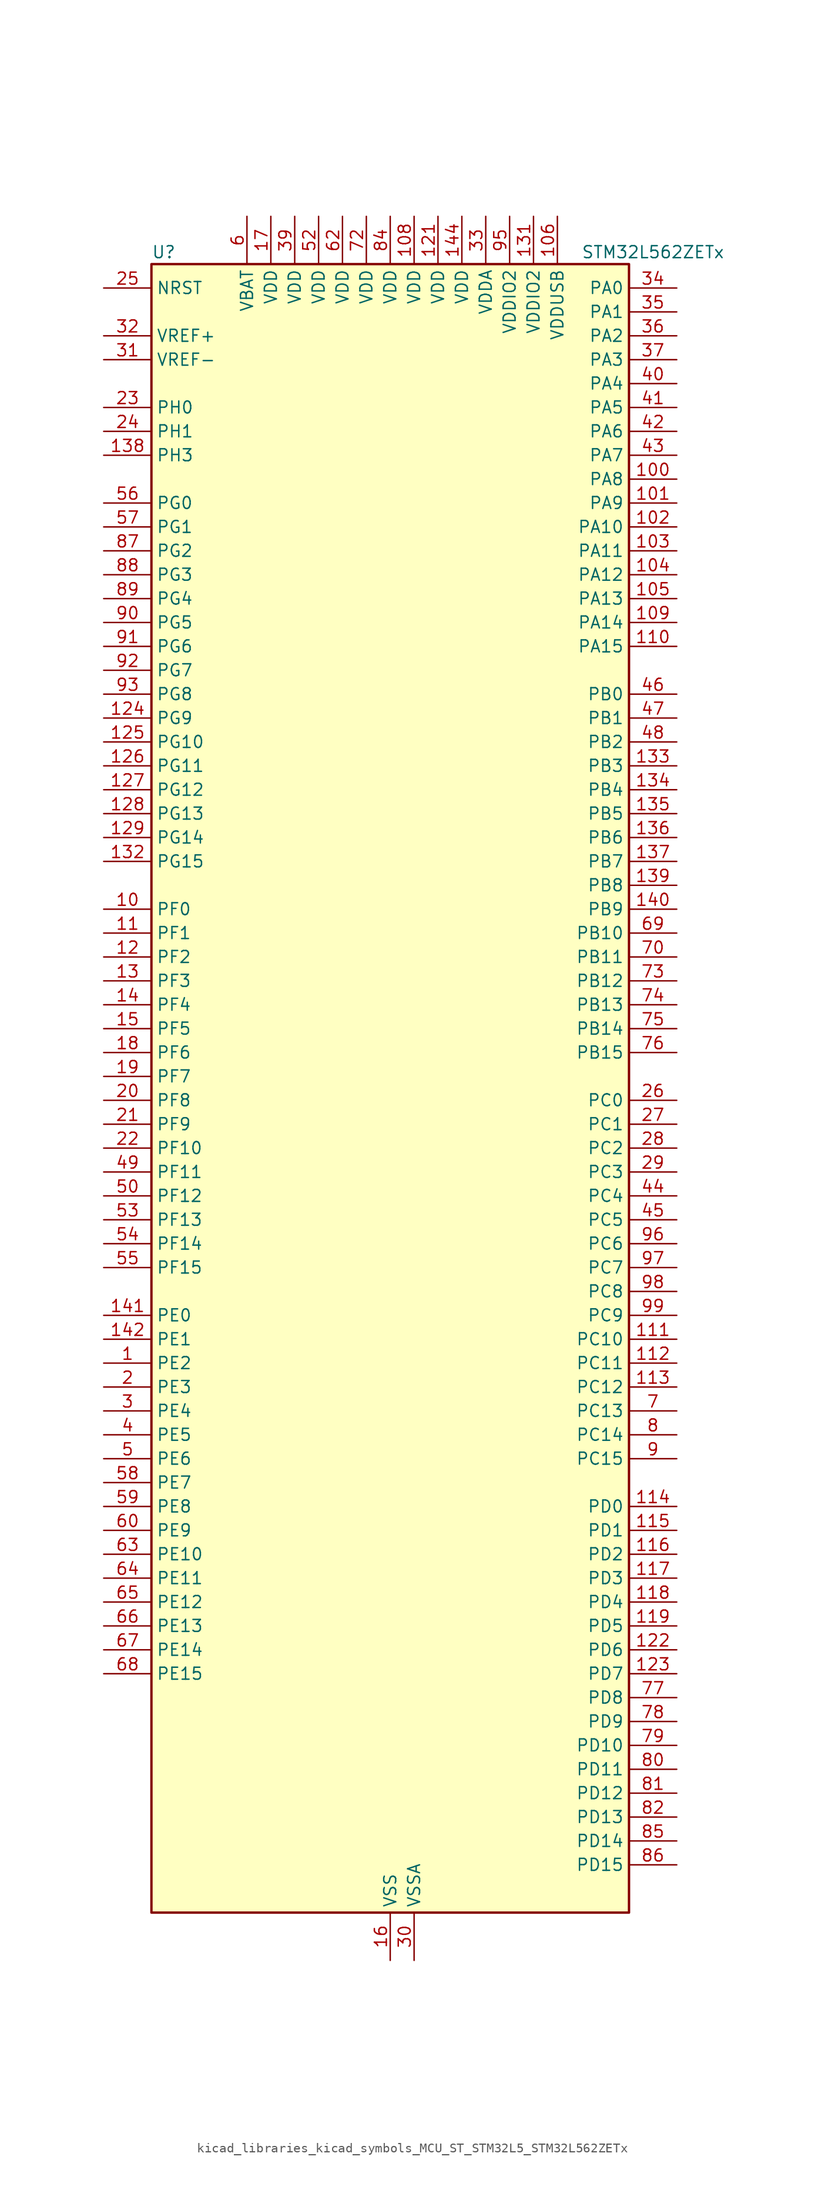
<source format=kicad_sym>
(kicad_symbol_lib
  (version 20220914)
  (generator kicad_symbol_editor)
  (symbol "kicad_libraries_kicad_symbols_MCU_ST_STM32L5_STM32L562ZETx"
    (property "Reference" "U"
      (at -25.4 90.17 0)
      (effects (font (size 1.27 1.27)) (justify left)))
    (property "Value" "STM32L562ZETx"
      (at 20.32 90.17 0)
      (effects (font (size 1.27 1.27)) (justify left)))
    (property "ki_locked" ""
      (at 0 0 0)
      (effects (font (size 1.27 1.27))))
    (symbol "kicad_libraries_kicad_symbols_MCU_ST_STM32L5_STM32L562ZETx_0_1"
      (rectangle (start -25.4 -86.36) (end 25.4 88.9) (stroke (width 0.254) (type default)) (fill (type background))))
    (symbol "kicad_libraries_kicad_symbols_MCU_ST_STM32L5_STM32L562ZETx_1_1"
      (pin bidirectional line (at -30.48 -27.94 0) (length 5.08) (name "PE2" (effects (font (size 1.27 1.27)))) (number "1" (effects (font (size 1.27 1.27)))) (alternate "DEBUG_TRACECLK" bidirectional line) (alternate "FMC_A23" bidirectional line) (alternate "SAI1_CK1" bidirectional line) (alternate "SAI1_MCLK_A" bidirectional line) (alternate "TIM3_ETR" bidirectional line) (alternate "TSC_G7_IO1" bidirectional line))
      (pin bidirectional line (at -30.48 20.32 0) (length 5.08) (name "PF0" (effects (font (size 1.27 1.27)))) (number "10" (effects (font (size 1.27 1.27)))) (alternate "FMC_A0" bidirectional line) (alternate "I2C2_SDA" bidirectional line))
      (pin bidirectional line (at 30.48 66.04 180) (length 5.08) (name "PA8" (effects (font (size 1.27 1.27)))) (number "100" (effects (font (size 1.27 1.27)))) (alternate "LPTIM2_OUT" bidirectional line) (alternate "RCC_MCO" bidirectional line) (alternate "SAI1_CK2" bidirectional line) (alternate "SAI1_SCK_A" bidirectional line) (alternate "TIM1_CH1" bidirectional line) (alternate "USART1_CK" bidirectional line))
      (pin bidirectional line (at 30.48 63.5 180) (length 5.08) (name "PA9" (effects (font (size 1.27 1.27)))) (number "101" (effects (font (size 1.27 1.27)))) (alternate "DAC1_EXTI9" bidirectional line) (alternate "SAI1_FS_A" bidirectional line) (alternate "SPI2_SCK" bidirectional line) (alternate "TIM15_BKIN" bidirectional line) (alternate "TIM1_CH2" bidirectional line) (alternate "USART1_TX" bidirectional line))
      (pin bidirectional line (at 30.48 60.96 180) (length 5.08) (name "PA10" (effects (font (size 1.27 1.27)))) (number "102" (effects (font (size 1.27 1.27)))) (alternate "CRS_SYNC" bidirectional line) (alternate "SAI1_D1" bidirectional line) (alternate "SAI1_SD_A" bidirectional line) (alternate "TIM17_BKIN" bidirectional line) (alternate "TIM1_CH3" bidirectional line) (alternate "USART1_RX" bidirectional line))
      (pin bidirectional line (at 30.48 58.42 180) (length 5.08) (name "PA11" (effects (font (size 1.27 1.27)))) (number "103" (effects (font (size 1.27 1.27)))) (alternate "ADC1_EXTI11" bidirectional line) (alternate "ADC2_EXTI11" bidirectional line) (alternate "FDCAN1_RX" bidirectional line) (alternate "SPI1_MISO" bidirectional line) (alternate "TIM1_BKIN2" bidirectional line) (alternate "TIM1_CH4" bidirectional line) (alternate "USART1_CTS" bidirectional line) (alternate "USART1_NSS" bidirectional line) (alternate "USB_DM" bidirectional line))
      (pin bidirectional line (at 30.48 55.88 180) (length 5.08) (name "PA12" (effects (font (size 1.27 1.27)))) (number "104" (effects (font (size 1.27 1.27)))) (alternate "FDCAN1_TX" bidirectional line) (alternate "SPI1_MOSI" bidirectional line) (alternate "TIM1_ETR" bidirectional line) (alternate "USART1_DE" bidirectional line) (alternate "USART1_RTS" bidirectional line) (alternate "USB_DP" bidirectional line))
      (pin bidirectional line (at 30.48 53.34 180) (length 5.08) (name "PA13" (effects (font (size 1.27 1.27)))) (number "105" (effects (font (size 1.27 1.27)))) (alternate "DEBUG_JTMS-SWDIO" bidirectional line) (alternate "IR_OUT" bidirectional line) (alternate "SAI1_SD_B" bidirectional line) (alternate "USB_NOE" bidirectional line))
      (pin power_in line (at 17.78 93.98 270) (length 5.08) (name "VDDUSB" (effects (font (size 1.27 1.27)))) (number "106" (effects (font (size 1.27 1.27)))))
      (pin passive line (at 0 -91.44 90) (length 5.08) hide (name "VSS" (effects (font (size 1.27 1.27)))) (number "107" (effects (font (size 1.27 1.27)))))
      (pin power_in line (at 2.54 93.98 270) (length 5.08) (name "VDD" (effects (font (size 1.27 1.27)))) (number "108" (effects (font (size 1.27 1.27)))))
      (pin bidirectional line (at 30.48 50.8 180) (length 5.08) (name "PA14" (effects (font (size 1.27 1.27)))) (number "109" (effects (font (size 1.27 1.27)))) (alternate "DEBUG_JTCK-SWCLK" bidirectional line) (alternate "I2C1_SMBA" bidirectional line) (alternate "I2C4_SMBA" bidirectional line) (alternate "LPTIM1_OUT" bidirectional line) (alternate "SAI1_FS_B" bidirectional line))
      (pin bidirectional line (at -30.48 17.78 0) (length 5.08) (name "PF1" (effects (font (size 1.27 1.27)))) (number "11" (effects (font (size 1.27 1.27)))) (alternate "FMC_A1" bidirectional line) (alternate "I2C2_SCL" bidirectional line))
      (pin bidirectional line (at 30.48 48.26 180) (length 5.08) (name "PA15" (effects (font (size 1.27 1.27)))) (number "110" (effects (font (size 1.27 1.27)))) (alternate "ADC1_EXTI15" bidirectional line) (alternate "ADC2_EXTI15" bidirectional line) (alternate "DEBUG_JTDI" bidirectional line) (alternate "SAI2_FS_B" bidirectional line) (alternate "SPI1_NSS" bidirectional line) (alternate "SPI3_NSS" bidirectional line) (alternate "TIM2_CH1" bidirectional line) (alternate "TIM2_ETR" bidirectional line) (alternate "UART4_DE" bidirectional line) (alternate "UART4_RTS" bidirectional line) (alternate "UCPD1_CC1" bidirectional line) (alternate "USART2_RX" bidirectional line) (alternate "USART3_DE" bidirectional line) (alternate "USART3_RTS" bidirectional line))
      (pin bidirectional line (at 30.48 -25.4 180) (length 5.08) (name "PC10" (effects (font (size 1.27 1.27)))) (number "111" (effects (font (size 1.27 1.27)))) (alternate "DEBUG_TRACED1" bidirectional line) (alternate "LPTIM3_ETR" bidirectional line) (alternate "SAI2_SCK_B" bidirectional line) (alternate "SDMMC1_D2" bidirectional line) (alternate "SPI3_SCK" bidirectional line) (alternate "TSC_G3_IO2" bidirectional line) (alternate "UART4_TX" bidirectional line) (alternate "USART3_TX" bidirectional line))
      (pin bidirectional line (at 30.48 -27.94 180) (length 5.08) (name "PC11" (effects (font (size 1.27 1.27)))) (number "112" (effects (font (size 1.27 1.27)))) (alternate "ADC1_EXTI11" bidirectional line) (alternate "ADC2_EXTI11" bidirectional line) (alternate "LPTIM3_IN1" bidirectional line) (alternate "OCTOSPI1_NCS" bidirectional line) (alternate "SAI2_MCLK_B" bidirectional line) (alternate "SDMMC1_D3" bidirectional line) (alternate "SPI3_MISO" bidirectional line) (alternate "TSC_G3_IO3" bidirectional line) (alternate "UART4_RX" bidirectional line) (alternate "UCPD1_FRSTX2" bidirectional line) (alternate "USART3_RX" bidirectional line))
      (pin bidirectional line (at 30.48 -30.48 180) (length 5.08) (name "PC12" (effects (font (size 1.27 1.27)))) (number "113" (effects (font (size 1.27 1.27)))) (alternate "DEBUG_TRACED3" bidirectional line) (alternate "SAI2_SD_B" bidirectional line) (alternate "SDMMC1_CK" bidirectional line) (alternate "SPI3_MOSI" bidirectional line) (alternate "TSC_G3_IO4" bidirectional line) (alternate "UART5_TX" bidirectional line) (alternate "USART3_CK" bidirectional line))
      (pin bidirectional line (at 30.48 -43.18 180) (length 5.08) (name "PD0" (effects (font (size 1.27 1.27)))) (number "114" (effects (font (size 1.27 1.27)))) (alternate "FDCAN1_RX" bidirectional line) (alternate "FMC_D2" bidirectional line) (alternate "FMC_DA2" bidirectional line) (alternate "SPI2_NSS" bidirectional line))
      (pin bidirectional line (at 30.48 -45.72 180) (length 5.08) (name "PD1" (effects (font (size 1.27 1.27)))) (number "115" (effects (font (size 1.27 1.27)))) (alternate "FDCAN1_TX" bidirectional line) (alternate "FMC_D3" bidirectional line) (alternate "FMC_DA3" bidirectional line) (alternate "SPI2_SCK" bidirectional line))
      (pin bidirectional line (at 30.48 -48.26 180) (length 5.08) (name "PD2" (effects (font (size 1.27 1.27)))) (number "116" (effects (font (size 1.27 1.27)))) (alternate "DEBUG_TRACED2" bidirectional line) (alternate "SDMMC1_CMD" bidirectional line) (alternate "TIM3_ETR" bidirectional line) (alternate "TSC_SYNC" bidirectional line) (alternate "UART5_RX" bidirectional line) (alternate "USART3_DE" bidirectional line) (alternate "USART3_RTS" bidirectional line))
      (pin bidirectional line (at 30.48 -50.8 180) (length 5.08) (name "PD3" (effects (font (size 1.27 1.27)))) (number "117" (effects (font (size 1.27 1.27)))) (alternate "DFSDM1_DATIN0" bidirectional line) (alternate "FMC_CLK" bidirectional line) (alternate "SPI2_MISO" bidirectional line) (alternate "SPI2_SCK" bidirectional line) (alternate "USART2_CTS" bidirectional line) (alternate "USART2_NSS" bidirectional line))
      (pin bidirectional line (at 30.48 -53.34 180) (length 5.08) (name "PD4" (effects (font (size 1.27 1.27)))) (number "118" (effects (font (size 1.27 1.27)))) (alternate "DFSDM1_CKIN0" bidirectional line) (alternate "FMC_NOE" bidirectional line) (alternate "OCTOSPI1_IO4" bidirectional line) (alternate "SPI2_MOSI" bidirectional line) (alternate "USART2_DE" bidirectional line) (alternate "USART2_RTS" bidirectional line))
      (pin bidirectional line (at 30.48 -55.88 180) (length 5.08) (name "PD5" (effects (font (size 1.27 1.27)))) (number "119" (effects (font (size 1.27 1.27)))) (alternate "FMC_NWE" bidirectional line) (alternate "OCTOSPI1_IO5" bidirectional line) (alternate "USART2_TX" bidirectional line))
      (pin bidirectional line (at -30.48 15.24 0) (length 5.08) (name "PF2" (effects (font (size 1.27 1.27)))) (number "12" (effects (font (size 1.27 1.27)))) (alternate "FMC_A2" bidirectional line) (alternate "I2C2_SMBA" bidirectional line))
      (pin passive line (at 0 -91.44 90) (length 5.08) hide (name "VSS" (effects (font (size 1.27 1.27)))) (number "120" (effects (font (size 1.27 1.27)))))
      (pin power_in line (at 5.08 93.98 270) (length 5.08) (name "VDD" (effects (font (size 1.27 1.27)))) (number "121" (effects (font (size 1.27 1.27)))))
      (pin bidirectional line (at 30.48 -58.42 180) (length 5.08) (name "PD6" (effects (font (size 1.27 1.27)))) (number "122" (effects (font (size 1.27 1.27)))) (alternate "DFSDM1_DATIN1" bidirectional line) (alternate "FMC_NWAIT" bidirectional line) (alternate "OCTOSPI1_IO6" bidirectional line) (alternate "SAI1_D1" bidirectional line) (alternate "SAI1_SD_A" bidirectional line) (alternate "SPI3_MOSI" bidirectional line) (alternate "USART2_RX" bidirectional line))
      (pin bidirectional line (at 30.48 -60.96 180) (length 5.08) (name "PD7" (effects (font (size 1.27 1.27)))) (number "123" (effects (font (size 1.27 1.27)))) (alternate "DFSDM1_CKIN1" bidirectional line) (alternate "FMC_NCE" bidirectional line) (alternate "FMC_NE1" bidirectional line) (alternate "OCTOSPI1_IO7" bidirectional line) (alternate "USART2_CK" bidirectional line))
      (pin bidirectional line (at -30.48 40.64 0) (length 5.08) (name "PG9" (effects (font (size 1.27 1.27)))) (number "124" (effects (font (size 1.27 1.27)))) (alternate "DAC1_EXTI9" bidirectional line) (alternate "FMC_NCE" bidirectional line) (alternate "FMC_NE2" bidirectional line) (alternate "SAI2_SCK_A" bidirectional line) (alternate "SPI3_SCK" bidirectional line) (alternate "TIM15_CH1N" bidirectional line) (alternate "USART1_TX" bidirectional line))
      (pin bidirectional line (at -30.48 38.1 0) (length 5.08) (name "PG10" (effects (font (size 1.27 1.27)))) (number "125" (effects (font (size 1.27 1.27)))) (alternate "FMC_NE3" bidirectional line) (alternate "LPTIM1_IN1" bidirectional line) (alternate "SAI2_FS_A" bidirectional line) (alternate "SPI3_MISO" bidirectional line) (alternate "TIM15_CH1" bidirectional line) (alternate "USART1_RX" bidirectional line))
      (pin bidirectional line (at -30.48 35.56 0) (length 5.08) (name "PG11" (effects (font (size 1.27 1.27)))) (number "126" (effects (font (size 1.27 1.27)))) (alternate "ADC1_EXTI11" bidirectional line) (alternate "ADC2_EXTI11" bidirectional line) (alternate "LPTIM1_IN2" bidirectional line) (alternate "OCTOSPI1_IO5" bidirectional line) (alternate "SAI2_MCLK_A" bidirectional line) (alternate "SPI3_MOSI" bidirectional line) (alternate "TIM15_CH2" bidirectional line) (alternate "USART1_CTS" bidirectional line) (alternate "USART1_NSS" bidirectional line))
      (pin bidirectional line (at -30.48 33.02 0) (length 5.08) (name "PG12" (effects (font (size 1.27 1.27)))) (number "127" (effects (font (size 1.27 1.27)))) (alternate "FMC_NE4" bidirectional line) (alternate "LPTIM1_ETR" bidirectional line) (alternate "SAI2_SD_A" bidirectional line) (alternate "SPI3_NSS" bidirectional line) (alternate "USART1_DE" bidirectional line) (alternate "USART1_RTS" bidirectional line))
      (pin bidirectional line (at -30.48 30.48 0) (length 5.08) (name "PG13" (effects (font (size 1.27 1.27)))) (number "128" (effects (font (size 1.27 1.27)))) (alternate "FMC_A24" bidirectional line) (alternate "I2C1_SDA" bidirectional line) (alternate "USART1_CK" bidirectional line))
      (pin bidirectional line (at -30.48 27.94 0) (length 5.08) (name "PG14" (effects (font (size 1.27 1.27)))) (number "129" (effects (font (size 1.27 1.27)))) (alternate "FMC_A25" bidirectional line) (alternate "I2C1_SCL" bidirectional line))
      (pin bidirectional line (at -30.48 12.7 0) (length 5.08) (name "PF3" (effects (font (size 1.27 1.27)))) (number "13" (effects (font (size 1.27 1.27)))) (alternate "FMC_A3" bidirectional line) (alternate "LPTIM3_IN1" bidirectional line))
      (pin passive line (at 0 -91.44 90) (length 5.08) hide (name "VSS" (effects (font (size 1.27 1.27)))) (number "130" (effects (font (size 1.27 1.27)))))
      (pin power_in line (at 15.24 93.98 270) (length 5.08) (name "VDDIO2" (effects (font (size 1.27 1.27)))) (number "131" (effects (font (size 1.27 1.27)))))
      (pin bidirectional line (at -30.48 25.4 0) (length 5.08) (name "PG15" (effects (font (size 1.27 1.27)))) (number "132" (effects (font (size 1.27 1.27)))) (alternate "ADC1_EXTI15" bidirectional line) (alternate "ADC2_EXTI15" bidirectional line) (alternate "I2C1_SMBA" bidirectional line) (alternate "LPTIM1_OUT" bidirectional line))
      (pin bidirectional line (at 30.48 35.56 180) (length 5.08) (name "PB3" (effects (font (size 1.27 1.27)))) (number "133" (effects (font (size 1.27 1.27)))) (alternate "COMP2_INM" bidirectional line) (alternate "CRS_SYNC" bidirectional line) (alternate "DEBUG_JTDO-SWO" bidirectional line) (alternate "SAI1_SCK_B" bidirectional line) (alternate "SPI1_SCK" bidirectional line) (alternate "SPI3_SCK" bidirectional line) (alternate "TIM2_CH2" bidirectional line) (alternate "USART1_DE" bidirectional line) (alternate "USART1_RTS" bidirectional line))
      (pin bidirectional line (at 30.48 33.02 180) (length 5.08) (name "PB4" (effects (font (size 1.27 1.27)))) (number "134" (effects (font (size 1.27 1.27)))) (alternate "COMP2_INP" bidirectional line) (alternate "DEBUG_JTRST" bidirectional line) (alternate "I2C3_SDA" bidirectional line) (alternate "SAI1_MCLK_B" bidirectional line) (alternate "SPI1_MISO" bidirectional line) (alternate "SPI3_MISO" bidirectional line) (alternate "TIM17_BKIN" bidirectional line) (alternate "TIM3_CH1" bidirectional line) (alternate "TSC_G2_IO1" bidirectional line) (alternate "UART5_DE" bidirectional line) (alternate "UART5_RTS" bidirectional line) (alternate "USART1_CTS" bidirectional line) (alternate "USART1_NSS" bidirectional line))
      (pin bidirectional line (at 30.48 30.48 180) (length 5.08) (name "PB5" (effects (font (size 1.27 1.27)))) (number "135" (effects (font (size 1.27 1.27)))) (alternate "COMP2_OUT" bidirectional line) (alternate "I2C1_SMBA" bidirectional line) (alternate "LPTIM1_IN1" bidirectional line) (alternate "OCTOSPI1_NCLK" bidirectional line) (alternate "SAI1_SD_B" bidirectional line) (alternate "SPI1_MOSI" bidirectional line) (alternate "SPI3_MOSI" bidirectional line) (alternate "TIM16_BKIN" bidirectional line) (alternate "TIM3_CH2" bidirectional line) (alternate "TSC_G2_IO2" bidirectional line) (alternate "UART5_CTS" bidirectional line) (alternate "UCPD1_DBCC1" bidirectional line) (alternate "USART1_CK" bidirectional line))
      (pin bidirectional line (at 30.48 27.94 180) (length 5.08) (name "PB6" (effects (font (size 1.27 1.27)))) (number "136" (effects (font (size 1.27 1.27)))) (alternate "COMP2_INP" bidirectional line) (alternate "I2C1_SCL" bidirectional line) (alternate "I2C4_SCL" bidirectional line) (alternate "LPTIM1_ETR" bidirectional line) (alternate "SAI1_FS_B" bidirectional line) (alternate "TIM16_CH1N" bidirectional line) (alternate "TIM4_CH1" bidirectional line) (alternate "TIM8_BKIN2" bidirectional line) (alternate "TSC_G2_IO3" bidirectional line) (alternate "USART1_TX" bidirectional line))
      (pin bidirectional line (at 30.48 25.4 180) (length 5.08) (name "PB7" (effects (font (size 1.27 1.27)))) (number "137" (effects (font (size 1.27 1.27)))) (alternate "COMP2_INM" bidirectional line) (alternate "FMC_NL" bidirectional line) (alternate "I2C1_SDA" bidirectional line) (alternate "I2C4_SDA" bidirectional line) (alternate "LPTIM1_IN2" bidirectional line) (alternate "PWR_PVD_IN" bidirectional line) (alternate "TIM17_CH1N" bidirectional line) (alternate "TIM4_CH2" bidirectional line) (alternate "TIM8_BKIN" bidirectional line) (alternate "TSC_G2_IO4" bidirectional line) (alternate "UART4_CTS" bidirectional line) (alternate "USART1_RX" bidirectional line))
      (pin bidirectional line (at -30.48 68.58 0) (length 5.08) (name "PH3" (effects (font (size 1.27 1.27)))) (number "138" (effects (font (size 1.27 1.27)))))
      (pin bidirectional line (at 30.48 22.86 180) (length 5.08) (name "PB8" (effects (font (size 1.27 1.27)))) (number "139" (effects (font (size 1.27 1.27)))) (alternate "DFSDM1_CKOUT" bidirectional line) (alternate "FDCAN1_RX" bidirectional line) (alternate "I2C1_SCL" bidirectional line) (alternate "SAI1_CK1" bidirectional line) (alternate "SAI1_MCLK_A" bidirectional line) (alternate "SDMMC1_CKIN" bidirectional line) (alternate "SDMMC1_D4" bidirectional line) (alternate "TIM16_CH1" bidirectional line) (alternate "TIM4_CH3" bidirectional line))
      (pin bidirectional line (at -30.48 10.16 0) (length 5.08) (name "PF4" (effects (font (size 1.27 1.27)))) (number "14" (effects (font (size 1.27 1.27)))) (alternate "FMC_A4" bidirectional line) (alternate "LPTIM3_ETR" bidirectional line))
      (pin bidirectional line (at 30.48 20.32 180) (length 5.08) (name "PB9" (effects (font (size 1.27 1.27)))) (number "140" (effects (font (size 1.27 1.27)))) (alternate "DAC1_EXTI9" bidirectional line) (alternate "FDCAN1_TX" bidirectional line) (alternate "I2C1_SDA" bidirectional line) (alternate "IR_OUT" bidirectional line) (alternate "SAI1_D2" bidirectional line) (alternate "SAI1_FS_A" bidirectional line) (alternate "SDMMC1_CDIR" bidirectional line) (alternate "SDMMC1_D5" bidirectional line) (alternate "SPI2_NSS" bidirectional line) (alternate "TIM17_CH1" bidirectional line) (alternate "TIM4_CH4" bidirectional line))
      (pin bidirectional line (at -30.48 -22.86 0) (length 5.08) (name "PE0" (effects (font (size 1.27 1.27)))) (number "141" (effects (font (size 1.27 1.27)))) (alternate "FMC_NBL0" bidirectional line) (alternate "TIM16_CH1" bidirectional line) (alternate "TIM4_ETR" bidirectional line))
      (pin bidirectional line (at -30.48 -25.4 0) (length 5.08) (name "PE1" (effects (font (size 1.27 1.27)))) (number "142" (effects (font (size 1.27 1.27)))) (alternate "FMC_NBL1" bidirectional line) (alternate "TIM17_CH1" bidirectional line))
      (pin passive line (at 0 -91.44 90) (length 5.08) hide (name "VSS" (effects (font (size 1.27 1.27)))) (number "143" (effects (font (size 1.27 1.27)))))
      (pin power_in line (at 7.62 93.98 270) (length 5.08) (name "VDD" (effects (font (size 1.27 1.27)))) (number "144" (effects (font (size 1.27 1.27)))))
      (pin bidirectional line (at -30.48 7.62 0) (length 5.08) (name "PF5" (effects (font (size 1.27 1.27)))) (number "15" (effects (font (size 1.27 1.27)))) (alternate "FMC_A5" bidirectional line) (alternate "LPTIM3_OUT" bidirectional line))
      (pin power_in line (at 0 -91.44 90) (length 5.08) (name "VSS" (effects (font (size 1.27 1.27)))) (number "16" (effects (font (size 1.27 1.27)))))
      (pin power_in line (at -12.7 93.98 270) (length 5.08) (name "VDD" (effects (font (size 1.27 1.27)))) (number "17" (effects (font (size 1.27 1.27)))))
      (pin bidirectional line (at -30.48 5.08 0) (length 5.08) (name "PF6" (effects (font (size 1.27 1.27)))) (number "18" (effects (font (size 1.27 1.27)))) (alternate "OCTOSPI1_IO3" bidirectional line) (alternate "SAI1_SD_B" bidirectional line) (alternate "TIM5_CH1" bidirectional line) (alternate "TIM5_ETR" bidirectional line))
      (pin bidirectional line (at -30.48 2.54 0) (length 5.08) (name "PF7" (effects (font (size 1.27 1.27)))) (number "19" (effects (font (size 1.27 1.27)))) (alternate "OCTOSPI1_IO2" bidirectional line) (alternate "SAI1_MCLK_B" bidirectional line) (alternate "TAMP_IN6" bidirectional line) (alternate "TAMP_OUT3" bidirectional line) (alternate "TIM5_CH2" bidirectional line))
      (pin bidirectional line (at -30.48 -30.48 0) (length 5.08) (name "PE3" (effects (font (size 1.27 1.27)))) (number "2" (effects (font (size 1.27 1.27)))) (alternate "DEBUG_TRACED0" bidirectional line) (alternate "FMC_A19" bidirectional line) (alternate "OCTOSPI1_DQS" bidirectional line) (alternate "SAI1_SD_B" bidirectional line) (alternate "TIM3_CH1" bidirectional line) (alternate "TSC_G7_IO2" bidirectional line))
      (pin bidirectional line (at -30.48 0 0) (length 5.08) (name "PF8" (effects (font (size 1.27 1.27)))) (number "20" (effects (font (size 1.27 1.27)))) (alternate "OCTOSPI1_IO0" bidirectional line) (alternate "SAI1_SCK_B" bidirectional line) (alternate "TAMP_IN7" bidirectional line) (alternate "TAMP_OUT8" bidirectional line) (alternate "TIM5_CH3" bidirectional line))
      (pin bidirectional line (at -30.48 -2.54 0) (length 5.08) (name "PF9" (effects (font (size 1.27 1.27)))) (number "21" (effects (font (size 1.27 1.27)))) (alternate "DAC1_EXTI9" bidirectional line) (alternate "OCTOSPI1_IO1" bidirectional line) (alternate "SAI1_FS_B" bidirectional line) (alternate "TAMP_IN8" bidirectional line) (alternate "TAMP_OUT7" bidirectional line) (alternate "TIM15_CH1" bidirectional line) (alternate "TIM5_CH4" bidirectional line))
      (pin bidirectional line (at -30.48 -5.08 0) (length 5.08) (name "PF10" (effects (font (size 1.27 1.27)))) (number "22" (effects (font (size 1.27 1.27)))) (alternate "DFSDM1_CKOUT" bidirectional line) (alternate "OCTOSPI1_CLK" bidirectional line) (alternate "SAI1_D3" bidirectional line) (alternate "TIM15_CH2" bidirectional line))
      (pin bidirectional line (at -30.48 73.66 0) (length 5.08) (name "PH0" (effects (font (size 1.27 1.27)))) (number "23" (effects (font (size 1.27 1.27)))) (alternate "RCC_OSC_IN" bidirectional line))
      (pin bidirectional line (at -30.48 71.12 0) (length 5.08) (name "PH1" (effects (font (size 1.27 1.27)))) (number "24" (effects (font (size 1.27 1.27)))) (alternate "RCC_OSC_OUT" bidirectional line))
      (pin input line (at -30.48 86.36 0) (length 5.08) (name "NRST" (effects (font (size 1.27 1.27)))) (number "25" (effects (font (size 1.27 1.27)))))
      (pin bidirectional line (at 30.48 0 180) (length 5.08) (name "PC0" (effects (font (size 1.27 1.27)))) (number "26" (effects (font (size 1.27 1.27)))) (alternate "ADC1_IN1" bidirectional line) (alternate "ADC2_IN1" bidirectional line) (alternate "I2C3_SCL" bidirectional line) (alternate "LPTIM1_IN1" bidirectional line) (alternate "LPTIM2_IN1" bidirectional line) (alternate "LPUART1_RX" bidirectional line) (alternate "OCTOSPI1_IO7" bidirectional line) (alternate "SAI2_FS_A" bidirectional line) (alternate "SDMMC1_D5" bidirectional line))
      (pin bidirectional line (at 30.48 -2.54 180) (length 5.08) (name "PC1" (effects (font (size 1.27 1.27)))) (number "27" (effects (font (size 1.27 1.27)))) (alternate "ADC1_IN2" bidirectional line) (alternate "ADC2_IN2" bidirectional line) (alternate "DEBUG_TRACED0" bidirectional line) (alternate "I2C3_SDA" bidirectional line) (alternate "LPTIM1_OUT" bidirectional line) (alternate "LPUART1_TX" bidirectional line) (alternate "OCTOSPI1_IO4" bidirectional line) (alternate "SAI1_SD_A" bidirectional line) (alternate "SPI2_MOSI" bidirectional line))
      (pin bidirectional line (at 30.48 -5.08 180) (length 5.08) (name "PC2" (effects (font (size 1.27 1.27)))) (number "28" (effects (font (size 1.27 1.27)))) (alternate "ADC1_IN3" bidirectional line) (alternate "ADC2_IN3" bidirectional line) (alternate "DFSDM1_CKOUT" bidirectional line) (alternate "LPTIM1_IN2" bidirectional line) (alternate "OCTOSPI1_IO5" bidirectional line) (alternate "SPI2_MISO" bidirectional line))
      (pin bidirectional line (at 30.48 -7.62 180) (length 5.08) (name "PC3" (effects (font (size 1.27 1.27)))) (number "29" (effects (font (size 1.27 1.27)))) (alternate "ADC1_IN4" bidirectional line) (alternate "ADC2_IN4" bidirectional line) (alternate "LPTIM1_ETR" bidirectional line) (alternate "LPTIM2_ETR" bidirectional line) (alternate "LPTIM3_OUT" bidirectional line) (alternate "OCTOSPI1_IO6" bidirectional line) (alternate "SAI1_D1" bidirectional line) (alternate "SAI1_SD_A" bidirectional line) (alternate "SPI2_MOSI" bidirectional line))
      (pin bidirectional line (at -30.48 -33.02 0) (length 5.08) (name "PE4" (effects (font (size 1.27 1.27)))) (number "3" (effects (font (size 1.27 1.27)))) (alternate "DEBUG_TRACED1" bidirectional line) (alternate "DFSDM1_DATIN3" bidirectional line) (alternate "FMC_A20" bidirectional line) (alternate "SAI1_D2" bidirectional line) (alternate "SAI1_FS_A" bidirectional line) (alternate "TIM3_CH2" bidirectional line) (alternate "TSC_G7_IO3" bidirectional line))
      (pin power_in line (at 2.54 -91.44 90) (length 5.08) (name "VSSA" (effects (font (size 1.27 1.27)))) (number "30" (effects (font (size 1.27 1.27)))))
      (pin input line (at -30.48 78.74 0) (length 5.08) (name "VREF-" (effects (font (size 1.27 1.27)))) (number "31" (effects (font (size 1.27 1.27)))))
      (pin input line (at -30.48 81.28 0) (length 5.08) (name "VREF+" (effects (font (size 1.27 1.27)))) (number "32" (effects (font (size 1.27 1.27)))))
      (pin power_in line (at 10.16 93.98 270) (length 5.08) (name "VDDA" (effects (font (size 1.27 1.27)))) (number "33" (effects (font (size 1.27 1.27)))))
      (pin bidirectional line (at 30.48 86.36 180) (length 5.08) (name "PA0" (effects (font (size 1.27 1.27)))) (number "34" (effects (font (size 1.27 1.27)))) (alternate "ADC1_IN5" bidirectional line) (alternate "ADC2_IN5" bidirectional line) (alternate "OPAMP1_VINP" bidirectional line) (alternate "PWR_WKUP1" bidirectional line) (alternate "SAI1_EXTCLK" bidirectional line) (alternate "TAMP_IN2" bidirectional line) (alternate "TAMP_OUT1" bidirectional line) (alternate "TIM2_CH1" bidirectional line) (alternate "TIM2_ETR" bidirectional line) (alternate "TIM5_CH1" bidirectional line) (alternate "TIM8_ETR" bidirectional line) (alternate "UART4_TX" bidirectional line) (alternate "USART2_CTS" bidirectional line) (alternate "USART2_NSS" bidirectional line))
      (pin bidirectional line (at 30.48 83.82 180) (length 5.08) (name "PA1" (effects (font (size 1.27 1.27)))) (number "35" (effects (font (size 1.27 1.27)))) (alternate "ADC1_IN6" bidirectional line) (alternate "ADC2_IN6" bidirectional line) (alternate "I2C1_SMBA" bidirectional line) (alternate "OCTOSPI1_DQS" bidirectional line) (alternate "OPAMP1_VINM" bidirectional line) (alternate "SPI1_SCK" bidirectional line) (alternate "TAMP_IN5" bidirectional line) (alternate "TAMP_OUT4" bidirectional line) (alternate "TIM15_CH1N" bidirectional line) (alternate "TIM2_CH2" bidirectional line) (alternate "TIM5_CH2" bidirectional line) (alternate "UART4_RX" bidirectional line) (alternate "USART2_DE" bidirectional line) (alternate "USART2_RTS" bidirectional line))
      (pin bidirectional line (at 30.48 81.28 180) (length 5.08) (name "PA2" (effects (font (size 1.27 1.27)))) (number "36" (effects (font (size 1.27 1.27)))) (alternate "ADC1_IN7" bidirectional line) (alternate "ADC2_IN7" bidirectional line) (alternate "COMP1_INP" bidirectional line) (alternate "LPUART1_TX" bidirectional line) (alternate "OCTOSPI1_NCS" bidirectional line) (alternate "PWR_WKUP4" bidirectional line) (alternate "RCC_LSCO" bidirectional line) (alternate "SAI2_EXTCLK" bidirectional line) (alternate "TIM15_CH1" bidirectional line) (alternate "TIM2_CH3" bidirectional line) (alternate "TIM5_CH3" bidirectional line) (alternate "UCPD1_FRSTX1" bidirectional line) (alternate "USART2_TX" bidirectional line))
      (pin bidirectional line (at 30.48 78.74 180) (length 5.08) (name "PA3" (effects (font (size 1.27 1.27)))) (number "37" (effects (font (size 1.27 1.27)))) (alternate "ADC1_IN8" bidirectional line) (alternate "ADC2_IN8" bidirectional line) (alternate "LPUART1_RX" bidirectional line) (alternate "OCTOSPI1_CLK" bidirectional line) (alternate "OPAMP1_VOUT" bidirectional line) (alternate "SAI1_CK1" bidirectional line) (alternate "SAI1_MCLK_A" bidirectional line) (alternate "TIM15_CH2" bidirectional line) (alternate "TIM2_CH4" bidirectional line) (alternate "TIM5_CH4" bidirectional line) (alternate "USART2_RX" bidirectional line))
      (pin passive line (at 0 -91.44 90) (length 5.08) hide (name "VSS" (effects (font (size 1.27 1.27)))) (number "38" (effects (font (size 1.27 1.27)))))
      (pin power_in line (at -10.16 93.98 270) (length 5.08) (name "VDD" (effects (font (size 1.27 1.27)))) (number "39" (effects (font (size 1.27 1.27)))))
      (pin bidirectional line (at -30.48 -35.56 0) (length 5.08) (name "PE5" (effects (font (size 1.27 1.27)))) (number "4" (effects (font (size 1.27 1.27)))) (alternate "DEBUG_TRACED2" bidirectional line) (alternate "DFSDM1_CKIN3" bidirectional line) (alternate "FMC_A21" bidirectional line) (alternate "SAI1_CK2" bidirectional line) (alternate "SAI1_SCK_A" bidirectional line) (alternate "TIM3_CH3" bidirectional line) (alternate "TSC_G7_IO4" bidirectional line))
      (pin bidirectional line (at 30.48 76.2 180) (length 5.08) (name "PA4" (effects (font (size 1.27 1.27)))) (number "40" (effects (font (size 1.27 1.27)))) (alternate "ADC1_IN9" bidirectional line) (alternate "ADC2_IN9" bidirectional line) (alternate "DAC1_OUT1" bidirectional line) (alternate "LPTIM2_OUT" bidirectional line) (alternate "OCTOSPI1_NCS" bidirectional line) (alternate "SAI1_FS_B" bidirectional line) (alternate "SPI1_NSS" bidirectional line) (alternate "SPI3_NSS" bidirectional line) (alternate "USART2_CK" bidirectional line))
      (pin bidirectional line (at 30.48 73.66 180) (length 5.08) (name "PA5" (effects (font (size 1.27 1.27)))) (number "41" (effects (font (size 1.27 1.27)))) (alternate "ADC1_IN10" bidirectional line) (alternate "ADC2_IN10" bidirectional line) (alternate "DAC1_OUT2" bidirectional line) (alternate "LPTIM2_ETR" bidirectional line) (alternate "SPI1_SCK" bidirectional line) (alternate "TIM2_CH1" bidirectional line) (alternate "TIM2_ETR" bidirectional line) (alternate "TIM8_CH1N" bidirectional line))
      (pin bidirectional line (at 30.48 71.12 180) (length 5.08) (name "PA6" (effects (font (size 1.27 1.27)))) (number "42" (effects (font (size 1.27 1.27)))) (alternate "ADC1_IN11" bidirectional line) (alternate "ADC2_IN11" bidirectional line) (alternate "LPUART1_CTS" bidirectional line) (alternate "OCTOSPI1_IO3" bidirectional line) (alternate "OPAMP2_VINP" bidirectional line) (alternate "SPI1_MISO" bidirectional line) (alternate "TIM16_CH1" bidirectional line) (alternate "TIM1_BKIN" bidirectional line) (alternate "TIM3_CH1" bidirectional line) (alternate "TIM8_BKIN" bidirectional line) (alternate "USART3_CTS" bidirectional line) (alternate "USART3_NSS" bidirectional line))
      (pin bidirectional line (at 30.48 68.58 180) (length 5.08) (name "PA7" (effects (font (size 1.27 1.27)))) (number "43" (effects (font (size 1.27 1.27)))) (alternate "ADC1_IN12" bidirectional line) (alternate "ADC2_IN12" bidirectional line) (alternate "I2C3_SCL" bidirectional line) (alternate "OCTOSPI1_IO2" bidirectional line) (alternate "OPAMP2_VINM" bidirectional line) (alternate "SPI1_MOSI" bidirectional line) (alternate "TIM17_CH1" bidirectional line) (alternate "TIM1_CH1N" bidirectional line) (alternate "TIM3_CH2" bidirectional line) (alternate "TIM8_CH1N" bidirectional line))
      (pin bidirectional line (at 30.48 -10.16 180) (length 5.08) (name "PC4" (effects (font (size 1.27 1.27)))) (number "44" (effects (font (size 1.27 1.27)))) (alternate "ADC1_IN13" bidirectional line) (alternate "ADC2_IN13" bidirectional line) (alternate "COMP1_INM" bidirectional line) (alternate "OCTOSPI1_IO7" bidirectional line) (alternate "USART3_TX" bidirectional line))
      (pin bidirectional line (at 30.48 -12.7 180) (length 5.08) (name "PC5" (effects (font (size 1.27 1.27)))) (number "45" (effects (font (size 1.27 1.27)))) (alternate "ADC1_IN14" bidirectional line) (alternate "ADC2_IN14" bidirectional line) (alternate "COMP1_INP" bidirectional line) (alternate "PWR_WKUP5" bidirectional line) (alternate "SAI1_D3" bidirectional line) (alternate "TAMP_IN4" bidirectional line) (alternate "TAMP_OUT5" bidirectional line) (alternate "USART3_RX" bidirectional line))
      (pin bidirectional line (at 30.48 43.18 180) (length 5.08) (name "PB0" (effects (font (size 1.27 1.27)))) (number "46" (effects (font (size 1.27 1.27)))) (alternate "ADC1_IN15" bidirectional line) (alternate "ADC2_IN15" bidirectional line) (alternate "COMP1_OUT" bidirectional line) (alternate "OCTOSPI1_IO1" bidirectional line) (alternate "OPAMP2_VOUT" bidirectional line) (alternate "SAI1_EXTCLK" bidirectional line) (alternate "SPI1_NSS" bidirectional line) (alternate "TIM1_CH2N" bidirectional line) (alternate "TIM3_CH3" bidirectional line) (alternate "TIM8_CH2N" bidirectional line) (alternate "USART3_CK" bidirectional line))
      (pin bidirectional line (at 30.48 40.64 180) (length 5.08) (name "PB1" (effects (font (size 1.27 1.27)))) (number "47" (effects (font (size 1.27 1.27)))) (alternate "ADC1_IN16" bidirectional line) (alternate "ADC2_IN16" bidirectional line) (alternate "COMP1_INM" bidirectional line) (alternate "DFSDM1_DATIN0" bidirectional line) (alternate "LPTIM2_IN1" bidirectional line) (alternate "LPUART1_DE" bidirectional line) (alternate "LPUART1_RTS" bidirectional line) (alternate "OCTOSPI1_IO0" bidirectional line) (alternate "TIM1_CH3N" bidirectional line) (alternate "TIM3_CH4" bidirectional line) (alternate "TIM8_CH3N" bidirectional line) (alternate "USART3_DE" bidirectional line) (alternate "USART3_RTS" bidirectional line))
      (pin bidirectional line (at 30.48 38.1 180) (length 5.08) (name "PB2" (effects (font (size 1.27 1.27)))) (number "48" (effects (font (size 1.27 1.27)))) (alternate "COMP1_INP" bidirectional line) (alternate "DFSDM1_CKIN0" bidirectional line) (alternate "I2C3_SMBA" bidirectional line) (alternate "LPTIM1_OUT" bidirectional line) (alternate "OCTOSPI1_DQS" bidirectional line) (alternate "RTC_OUT2" bidirectional line) (alternate "UCPD1_FRSTX1" bidirectional line))
      (pin bidirectional line (at -30.48 -7.62 0) (length 5.08) (name "PF11" (effects (font (size 1.27 1.27)))) (number "49" (effects (font (size 1.27 1.27)))) (alternate "ADC1_EXTI11" bidirectional line) (alternate "ADC2_EXTI11" bidirectional line) (alternate "OCTOSPI1_NCLK" bidirectional line))
      (pin bidirectional line (at -30.48 -38.1 0) (length 5.08) (name "PE6" (effects (font (size 1.27 1.27)))) (number "5" (effects (font (size 1.27 1.27)))) (alternate "DEBUG_TRACED3" bidirectional line) (alternate "FMC_A22" bidirectional line) (alternate "PWR_WKUP3" bidirectional line) (alternate "SAI1_D1" bidirectional line) (alternate "SAI1_SD_A" bidirectional line) (alternate "TAMP_IN3" bidirectional line) (alternate "TAMP_OUT6" bidirectional line) (alternate "TIM3_CH4" bidirectional line))
      (pin bidirectional line (at -30.48 -10.16 0) (length 5.08) (name "PF12" (effects (font (size 1.27 1.27)))) (number "50" (effects (font (size 1.27 1.27)))) (alternate "FMC_A6" bidirectional line))
      (pin passive line (at 0 -91.44 90) (length 5.08) hide (name "VSS" (effects (font (size 1.27 1.27)))) (number "51" (effects (font (size 1.27 1.27)))))
      (pin power_in line (at -7.62 93.98 270) (length 5.08) (name "VDD" (effects (font (size 1.27 1.27)))) (number "52" (effects (font (size 1.27 1.27)))))
      (pin bidirectional line (at -30.48 -12.7 0) (length 5.08) (name "PF13" (effects (font (size 1.27 1.27)))) (number "53" (effects (font (size 1.27 1.27)))) (alternate "FMC_A7" bidirectional line) (alternate "I2C4_SMBA" bidirectional line))
      (pin bidirectional line (at -30.48 -15.24 0) (length 5.08) (name "PF14" (effects (font (size 1.27 1.27)))) (number "54" (effects (font (size 1.27 1.27)))) (alternate "FMC_A8" bidirectional line) (alternate "I2C4_SCL" bidirectional line) (alternate "TSC_G8_IO1" bidirectional line))
      (pin bidirectional line (at -30.48 -17.78 0) (length 5.08) (name "PF15" (effects (font (size 1.27 1.27)))) (number "55" (effects (font (size 1.27 1.27)))) (alternate "ADC1_EXTI15" bidirectional line) (alternate "ADC2_EXTI15" bidirectional line) (alternate "FMC_A9" bidirectional line) (alternate "I2C4_SDA" bidirectional line) (alternate "TSC_G8_IO2" bidirectional line))
      (pin bidirectional line (at -30.48 63.5 0) (length 5.08) (name "PG0" (effects (font (size 1.27 1.27)))) (number "56" (effects (font (size 1.27 1.27)))) (alternate "FMC_A10" bidirectional line) (alternate "TSC_G8_IO3" bidirectional line))
      (pin bidirectional line (at -30.48 60.96 0) (length 5.08) (name "PG1" (effects (font (size 1.27 1.27)))) (number "57" (effects (font (size 1.27 1.27)))) (alternate "FMC_A11" bidirectional line) (alternate "TSC_G8_IO4" bidirectional line))
      (pin bidirectional line (at -30.48 -40.64 0) (length 5.08) (name "PE7" (effects (font (size 1.27 1.27)))) (number "58" (effects (font (size 1.27 1.27)))) (alternate "DFSDM1_DATIN2" bidirectional line) (alternate "FMC_D4" bidirectional line) (alternate "FMC_DA4" bidirectional line) (alternate "SAI1_SD_B" bidirectional line) (alternate "TIM1_ETR" bidirectional line))
      (pin bidirectional line (at -30.48 -43.18 0) (length 5.08) (name "PE8" (effects (font (size 1.27 1.27)))) (number "59" (effects (font (size 1.27 1.27)))) (alternate "DFSDM1_CKIN2" bidirectional line) (alternate "FMC_D5" bidirectional line) (alternate "FMC_DA5" bidirectional line) (alternate "SAI1_SCK_B" bidirectional line) (alternate "TIM1_CH1N" bidirectional line))
      (pin power_in line (at -15.24 93.98 270) (length 5.08) (name "VBAT" (effects (font (size 1.27 1.27)))) (number "6" (effects (font (size 1.27 1.27)))))
      (pin bidirectional line (at -30.48 -45.72 0) (length 5.08) (name "PE9" (effects (font (size 1.27 1.27)))) (number "60" (effects (font (size 1.27 1.27)))) (alternate "DAC1_EXTI9" bidirectional line) (alternate "DFSDM1_CKOUT" bidirectional line) (alternate "FMC_D6" bidirectional line) (alternate "FMC_DA6" bidirectional line) (alternate "OCTOSPI1_NCLK" bidirectional line) (alternate "SAI1_FS_B" bidirectional line) (alternate "TIM1_CH1" bidirectional line))
      (pin passive line (at 0 -91.44 90) (length 5.08) hide (name "VSS" (effects (font (size 1.27 1.27)))) (number "61" (effects (font (size 1.27 1.27)))))
      (pin power_in line (at -5.08 93.98 270) (length 5.08) (name "VDD" (effects (font (size 1.27 1.27)))) (number "62" (effects (font (size 1.27 1.27)))))
      (pin bidirectional line (at -30.48 -48.26 0) (length 5.08) (name "PE10" (effects (font (size 1.27 1.27)))) (number "63" (effects (font (size 1.27 1.27)))) (alternate "FMC_D7" bidirectional line) (alternate "FMC_DA7" bidirectional line) (alternate "OCTOSPI1_CLK" bidirectional line) (alternate "SAI1_MCLK_B" bidirectional line) (alternate "TIM1_CH2N" bidirectional line) (alternate "TSC_G5_IO1" bidirectional line))
      (pin bidirectional line (at -30.48 -50.8 0) (length 5.08) (name "PE11" (effects (font (size 1.27 1.27)))) (number "64" (effects (font (size 1.27 1.27)))) (alternate "ADC1_EXTI11" bidirectional line) (alternate "ADC2_EXTI11" bidirectional line) (alternate "FMC_D8" bidirectional line) (alternate "FMC_DA8" bidirectional line) (alternate "OCTOSPI1_NCS" bidirectional line) (alternate "TIM1_CH2" bidirectional line) (alternate "TSC_G5_IO2" bidirectional line))
      (pin bidirectional line (at -30.48 -53.34 0) (length 5.08) (name "PE12" (effects (font (size 1.27 1.27)))) (number "65" (effects (font (size 1.27 1.27)))) (alternate "FMC_D9" bidirectional line) (alternate "FMC_DA9" bidirectional line) (alternate "OCTOSPI1_IO0" bidirectional line) (alternate "SPI1_NSS" bidirectional line) (alternate "TIM1_CH3N" bidirectional line) (alternate "TSC_G5_IO3" bidirectional line))
      (pin bidirectional line (at -30.48 -55.88 0) (length 5.08) (name "PE13" (effects (font (size 1.27 1.27)))) (number "66" (effects (font (size 1.27 1.27)))) (alternate "FMC_D10" bidirectional line) (alternate "FMC_DA10" bidirectional line) (alternate "OCTOSPI1_IO1" bidirectional line) (alternate "SPI1_SCK" bidirectional line) (alternate "TIM1_CH3" bidirectional line) (alternate "TSC_G5_IO4" bidirectional line))
      (pin bidirectional line (at -30.48 -58.42 0) (length 5.08) (name "PE14" (effects (font (size 1.27 1.27)))) (number "67" (effects (font (size 1.27 1.27)))) (alternate "FMC_D11" bidirectional line) (alternate "FMC_DA11" bidirectional line) (alternate "OCTOSPI1_IO2" bidirectional line) (alternate "SPI1_MISO" bidirectional line) (alternate "TIM1_BKIN2" bidirectional line) (alternate "TIM1_CH4" bidirectional line))
      (pin bidirectional line (at -30.48 -60.96 0) (length 5.08) (name "PE15" (effects (font (size 1.27 1.27)))) (number "68" (effects (font (size 1.27 1.27)))) (alternate "ADC1_EXTI15" bidirectional line) (alternate "ADC2_EXTI15" bidirectional line) (alternate "FMC_D12" bidirectional line) (alternate "FMC_DA12" bidirectional line) (alternate "OCTOSPI1_IO3" bidirectional line) (alternate "SPI1_MOSI" bidirectional line) (alternate "TIM1_BKIN" bidirectional line))
      (pin bidirectional line (at 30.48 17.78 180) (length 5.08) (name "PB10" (effects (font (size 1.27 1.27)))) (number "69" (effects (font (size 1.27 1.27)))) (alternate "COMP1_OUT" bidirectional line) (alternate "I2C2_SCL" bidirectional line) (alternate "I2C4_SCL" bidirectional line) (alternate "LPTIM3_OUT" bidirectional line) (alternate "LPUART1_RX" bidirectional line) (alternate "OCTOSPI1_CLK" bidirectional line) (alternate "SAI1_SCK_A" bidirectional line) (alternate "SPI2_SCK" bidirectional line) (alternate "TIM2_CH3" bidirectional line) (alternate "TSC_SYNC" bidirectional line) (alternate "USART3_TX" bidirectional line))
      (pin bidirectional line (at 30.48 -33.02 180) (length 5.08) (name "PC13" (effects (font (size 1.27 1.27)))) (number "7" (effects (font (size 1.27 1.27)))) (alternate "PWR_WKUP2" bidirectional line) (alternate "RTC_OUT1" bidirectional line) (alternate "RTC_TS" bidirectional line) (alternate "TAMP_IN1" bidirectional line) (alternate "TAMP_OUT2" bidirectional line))
      (pin bidirectional line (at 30.48 15.24 180) (length 5.08) (name "PB11" (effects (font (size 1.27 1.27)))) (number "70" (effects (font (size 1.27 1.27)))) (alternate "ADC1_EXTI11" bidirectional line) (alternate "ADC2_EXTI11" bidirectional line) (alternate "COMP2_OUT" bidirectional line) (alternate "I2C2_SDA" bidirectional line) (alternate "I2C4_SDA" bidirectional line) (alternate "LPUART1_TX" bidirectional line) (alternate "OCTOSPI1_NCS" bidirectional line) (alternate "TIM2_CH4" bidirectional line) (alternate "USART3_RX" bidirectional line))
      (pin passive line (at 0 -91.44 90) (length 5.08) hide (name "VSS" (effects (font (size 1.27 1.27)))) (number "71" (effects (font (size 1.27 1.27)))))
      (pin power_in line (at -2.54 93.98 270) (length 5.08) (name "VDD" (effects (font (size 1.27 1.27)))) (number "72" (effects (font (size 1.27 1.27)))))
      (pin bidirectional line (at 30.48 12.7 180) (length 5.08) (name "PB12" (effects (font (size 1.27 1.27)))) (number "73" (effects (font (size 1.27 1.27)))) (alternate "DFSDM1_DATIN1" bidirectional line) (alternate "I2C2_SMBA" bidirectional line) (alternate "LPUART1_DE" bidirectional line) (alternate "LPUART1_RTS" bidirectional line) (alternate "OCTOSPI1_NCLK" bidirectional line) (alternate "SAI2_FS_A" bidirectional line) (alternate "SPI2_NSS" bidirectional line) (alternate "TIM15_BKIN" bidirectional line) (alternate "TIM1_BKIN" bidirectional line) (alternate "TSC_G1_IO1" bidirectional line) (alternate "USART3_CK" bidirectional line))
      (pin bidirectional line (at 30.48 10.16 180) (length 5.08) (name "PB13" (effects (font (size 1.27 1.27)))) (number "74" (effects (font (size 1.27 1.27)))) (alternate "DFSDM1_CKIN1" bidirectional line) (alternate "I2C2_SCL" bidirectional line) (alternate "LPTIM3_IN1" bidirectional line) (alternate "LPUART1_CTS" bidirectional line) (alternate "SAI2_SCK_A" bidirectional line) (alternate "SPI2_SCK" bidirectional line) (alternate "TIM15_CH1N" bidirectional line) (alternate "TIM1_CH1N" bidirectional line) (alternate "TSC_G1_IO2" bidirectional line) (alternate "UCPD1_FRSTX2" bidirectional line) (alternate "USART3_CTS" bidirectional line) (alternate "USART3_NSS" bidirectional line))
      (pin bidirectional line (at 30.48 7.62 180) (length 5.08) (name "PB14" (effects (font (size 1.27 1.27)))) (number "75" (effects (font (size 1.27 1.27)))) (alternate "DFSDM1_DATIN2" bidirectional line) (alternate "I2C2_SDA" bidirectional line) (alternate "LPTIM3_ETR" bidirectional line) (alternate "SAI2_MCLK_A" bidirectional line) (alternate "SPI2_MISO" bidirectional line) (alternate "TIM15_CH1" bidirectional line) (alternate "TIM1_CH2N" bidirectional line) (alternate "TIM8_CH2N" bidirectional line) (alternate "TSC_G1_IO3" bidirectional line) (alternate "UCPD1_DBCC2" bidirectional line) (alternate "USART3_DE" bidirectional line) (alternate "USART3_RTS" bidirectional line))
      (pin bidirectional line (at 30.48 5.08 180) (length 5.08) (name "PB15" (effects (font (size 1.27 1.27)))) (number "76" (effects (font (size 1.27 1.27)))) (alternate "ADC1_EXTI15" bidirectional line) (alternate "ADC2_EXTI15" bidirectional line) (alternate "DFSDM1_CKIN2" bidirectional line) (alternate "RTC_REFIN" bidirectional line) (alternate "SAI2_SD_A" bidirectional line) (alternate "SPI2_MOSI" bidirectional line) (alternate "TIM15_CH2" bidirectional line) (alternate "TIM1_CH3N" bidirectional line) (alternate "TIM8_CH3N" bidirectional line) (alternate "UCPD1_CC2" bidirectional line))
      (pin bidirectional line (at 30.48 -63.5 180) (length 5.08) (name "PD8" (effects (font (size 1.27 1.27)))) (number "77" (effects (font (size 1.27 1.27)))) (alternate "FMC_D13" bidirectional line) (alternate "FMC_DA13" bidirectional line) (alternate "USART3_TX" bidirectional line))
      (pin bidirectional line (at 30.48 -66.04 180) (length 5.08) (name "PD9" (effects (font (size 1.27 1.27)))) (number "78" (effects (font (size 1.27 1.27)))) (alternate "DAC1_EXTI9" bidirectional line) (alternate "FMC_D14" bidirectional line) (alternate "FMC_DA14" bidirectional line) (alternate "SAI2_MCLK_A" bidirectional line) (alternate "USART3_RX" bidirectional line))
      (pin bidirectional line (at 30.48 -68.58 180) (length 5.08) (name "PD10" (effects (font (size 1.27 1.27)))) (number "79" (effects (font (size 1.27 1.27)))) (alternate "FMC_D15" bidirectional line) (alternate "FMC_DA15" bidirectional line) (alternate "SAI2_SCK_A" bidirectional line) (alternate "TSC_G6_IO1" bidirectional line) (alternate "USART3_CK" bidirectional line))
      (pin bidirectional line (at 30.48 -35.56 180) (length 5.08) (name "PC14" (effects (font (size 1.27 1.27)))) (number "8" (effects (font (size 1.27 1.27)))) (alternate "RCC_OSC32_IN" bidirectional line))
      (pin bidirectional line (at 30.48 -71.12 180) (length 5.08) (name "PD11" (effects (font (size 1.27 1.27)))) (number "80" (effects (font (size 1.27 1.27)))) (alternate "ADC1_EXTI11" bidirectional line) (alternate "ADC2_EXTI11" bidirectional line) (alternate "FMC_A16" bidirectional line) (alternate "FMC_CLE" bidirectional line) (alternate "I2C4_SMBA" bidirectional line) (alternate "LPTIM2_ETR" bidirectional line) (alternate "SAI2_SD_A" bidirectional line) (alternate "TSC_G6_IO2" bidirectional line) (alternate "USART3_CTS" bidirectional line) (alternate "USART3_NSS" bidirectional line))
      (pin bidirectional line (at 30.48 -73.66 180) (length 5.08) (name "PD12" (effects (font (size 1.27 1.27)))) (number "81" (effects (font (size 1.27 1.27)))) (alternate "FMC_A17" bidirectional line) (alternate "FMC_ALE" bidirectional line) (alternate "I2C4_SCL" bidirectional line) (alternate "LPTIM2_IN1" bidirectional line) (alternate "SAI2_FS_A" bidirectional line) (alternate "TIM4_CH1" bidirectional line) (alternate "TSC_G6_IO3" bidirectional line) (alternate "USART3_DE" bidirectional line) (alternate "USART3_RTS" bidirectional line))
      (pin bidirectional line (at 30.48 -76.2 180) (length 5.08) (name "PD13" (effects (font (size 1.27 1.27)))) (number "82" (effects (font (size 1.27 1.27)))) (alternate "FMC_A18" bidirectional line) (alternate "I2C4_SDA" bidirectional line) (alternate "LPTIM2_OUT" bidirectional line) (alternate "TIM4_CH2" bidirectional line) (alternate "TSC_G6_IO4" bidirectional line))
      (pin passive line (at 0 -91.44 90) (length 5.08) hide (name "VSS" (effects (font (size 1.27 1.27)))) (number "83" (effects (font (size 1.27 1.27)))))
      (pin power_in line (at 0 93.98 270) (length 5.08) (name "VDD" (effects (font (size 1.27 1.27)))) (number "84" (effects (font (size 1.27 1.27)))))
      (pin bidirectional line (at 30.48 -78.74 180) (length 5.08) (name "PD14" (effects (font (size 1.27 1.27)))) (number "85" (effects (font (size 1.27 1.27)))) (alternate "FMC_D0" bidirectional line) (alternate "FMC_DA0" bidirectional line) (alternate "TIM4_CH3" bidirectional line))
      (pin bidirectional line (at 30.48 -81.28 180) (length 5.08) (name "PD15" (effects (font (size 1.27 1.27)))) (number "86" (effects (font (size 1.27 1.27)))) (alternate "ADC1_EXTI15" bidirectional line) (alternate "ADC2_EXTI15" bidirectional line) (alternate "FMC_D1" bidirectional line) (alternate "FMC_DA1" bidirectional line) (alternate "TIM4_CH4" bidirectional line))
      (pin bidirectional line (at -30.48 58.42 0) (length 5.08) (name "PG2" (effects (font (size 1.27 1.27)))) (number "87" (effects (font (size 1.27 1.27)))) (alternate "FMC_A12" bidirectional line) (alternate "SAI2_SCK_B" bidirectional line) (alternate "SPI1_SCK" bidirectional line))
      (pin bidirectional line (at -30.48 55.88 0) (length 5.08) (name "PG3" (effects (font (size 1.27 1.27)))) (number "88" (effects (font (size 1.27 1.27)))) (alternate "FMC_A13" bidirectional line) (alternate "SAI2_FS_B" bidirectional line) (alternate "SPI1_MISO" bidirectional line))
      (pin bidirectional line (at -30.48 53.34 0) (length 5.08) (name "PG4" (effects (font (size 1.27 1.27)))) (number "89" (effects (font (size 1.27 1.27)))) (alternate "FMC_A14" bidirectional line) (alternate "SAI2_MCLK_B" bidirectional line) (alternate "SPI1_MOSI" bidirectional line))
      (pin bidirectional line (at 30.48 -38.1 180) (length 5.08) (name "PC15" (effects (font (size 1.27 1.27)))) (number "9" (effects (font (size 1.27 1.27)))) (alternate "ADC1_EXTI15" bidirectional line) (alternate "ADC2_EXTI15" bidirectional line) (alternate "RCC_OSC32_OUT" bidirectional line))
      (pin bidirectional line (at -30.48 50.8 0) (length 5.08) (name "PG5" (effects (font (size 1.27 1.27)))) (number "90" (effects (font (size 1.27 1.27)))) (alternate "FMC_A15" bidirectional line) (alternate "LPUART1_CTS" bidirectional line) (alternate "SAI2_SD_B" bidirectional line) (alternate "SPI1_NSS" bidirectional line))
      (pin bidirectional line (at -30.48 48.26 0) (length 5.08) (name "PG6" (effects (font (size 1.27 1.27)))) (number "91" (effects (font (size 1.27 1.27)))) (alternate "I2C3_SMBA" bidirectional line) (alternate "LPUART1_DE" bidirectional line) (alternate "LPUART1_RTS" bidirectional line) (alternate "OCTOSPI1_DQS" bidirectional line) (alternate "UCPD1_FRSTX1" bidirectional line))
      (pin bidirectional line (at -30.48 45.72 0) (length 5.08) (name "PG7" (effects (font (size 1.27 1.27)))) (number "92" (effects (font (size 1.27 1.27)))) (alternate "DFSDM1_CKOUT" bidirectional line) (alternate "FMC_INT" bidirectional line) (alternate "I2C3_SCL" bidirectional line) (alternate "LPUART1_TX" bidirectional line) (alternate "SAI1_CK1" bidirectional line) (alternate "SAI1_MCLK_A" bidirectional line) (alternate "UCPD1_FRSTX2" bidirectional line))
      (pin bidirectional line (at -30.48 43.18 0) (length 5.08) (name "PG8" (effects (font (size 1.27 1.27)))) (number "93" (effects (font (size 1.27 1.27)))) (alternate "I2C3_SDA" bidirectional line) (alternate "LPUART1_RX" bidirectional line))
      (pin passive line (at 0 -91.44 90) (length 5.08) hide (name "VSS" (effects (font (size 1.27 1.27)))) (number "94" (effects (font (size 1.27 1.27)))))
      (pin power_in line (at 12.7 93.98 270) (length 5.08) (name "VDDIO2" (effects (font (size 1.27 1.27)))) (number "95" (effects (font (size 1.27 1.27)))))
      (pin bidirectional line (at 30.48 -15.24 180) (length 5.08) (name "PC6" (effects (font (size 1.27 1.27)))) (number "96" (effects (font (size 1.27 1.27)))) (alternate "DFSDM1_CKIN3" bidirectional line) (alternate "SAI2_MCLK_A" bidirectional line) (alternate "SDMMC1_D0DIR" bidirectional line) (alternate "SDMMC1_D6" bidirectional line) (alternate "TIM3_CH1" bidirectional line) (alternate "TIM8_CH1" bidirectional line) (alternate "TSC_G4_IO1" bidirectional line))
      (pin bidirectional line (at 30.48 -17.78 180) (length 5.08) (name "PC7" (effects (font (size 1.27 1.27)))) (number "97" (effects (font (size 1.27 1.27)))) (alternate "DFSDM1_DATIN3" bidirectional line) (alternate "SAI2_MCLK_B" bidirectional line) (alternate "SDMMC1_D123DIR" bidirectional line) (alternate "SDMMC1_D7" bidirectional line) (alternate "TIM3_CH2" bidirectional line) (alternate "TIM8_CH2" bidirectional line) (alternate "TSC_G4_IO2" bidirectional line))
      (pin bidirectional line (at 30.48 -20.32 180) (length 5.08) (name "PC8" (effects (font (size 1.27 1.27)))) (number "98" (effects (font (size 1.27 1.27)))) (alternate "SDMMC1_D0" bidirectional line) (alternate "TIM3_CH3" bidirectional line) (alternate "TIM8_CH3" bidirectional line) (alternate "TSC_G4_IO3" bidirectional line))
      (pin bidirectional line (at 30.48 -22.86 180) (length 5.08) (name "PC9" (effects (font (size 1.27 1.27)))) (number "99" (effects (font (size 1.27 1.27)))) (alternate "DAC1_EXTI9" bidirectional line) (alternate "DEBUG_TRACED0" bidirectional line) (alternate "SAI2_EXTCLK" bidirectional line) (alternate "SDMMC1_D1" bidirectional line) (alternate "TIM3_CH4" bidirectional line) (alternate "TIM8_BKIN2" bidirectional line) (alternate "TIM8_CH4" bidirectional line) (alternate "TSC_G4_IO4" bidirectional line) (alternate "USB_NOE" bidirectional line)))))
</source>
